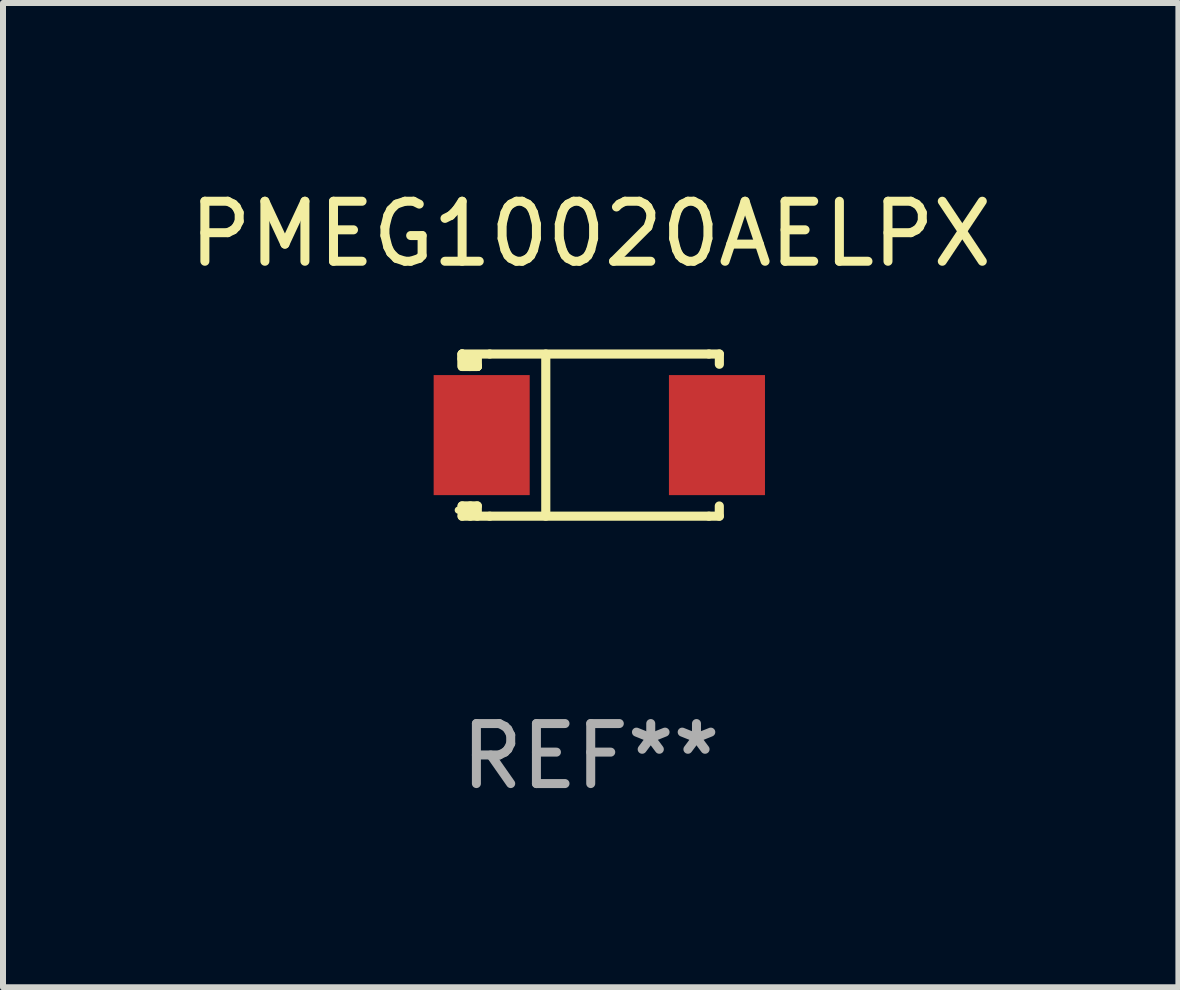
<source format=kicad_pcb>
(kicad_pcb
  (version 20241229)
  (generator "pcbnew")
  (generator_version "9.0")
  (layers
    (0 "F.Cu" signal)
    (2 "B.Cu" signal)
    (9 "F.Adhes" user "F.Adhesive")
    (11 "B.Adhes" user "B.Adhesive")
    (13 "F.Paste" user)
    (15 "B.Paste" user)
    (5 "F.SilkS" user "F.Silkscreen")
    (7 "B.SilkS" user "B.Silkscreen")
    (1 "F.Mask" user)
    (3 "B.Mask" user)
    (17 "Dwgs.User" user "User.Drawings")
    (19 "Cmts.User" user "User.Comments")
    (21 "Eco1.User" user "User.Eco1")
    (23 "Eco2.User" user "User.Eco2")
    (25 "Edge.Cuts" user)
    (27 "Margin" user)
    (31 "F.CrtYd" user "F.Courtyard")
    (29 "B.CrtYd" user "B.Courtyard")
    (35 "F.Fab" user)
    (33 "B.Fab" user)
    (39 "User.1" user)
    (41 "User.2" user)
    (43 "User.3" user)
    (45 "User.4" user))
  (footprint "PMEG10020AELPX"
    (layer "F.Cu")
    (at 6.792 4.199)
    (property "Reference" "PMEG10020AELPX" (at 0 -3.351 0) (layer "F.SilkS") (effects (font (size 1 1) (thickness 0.15))))
    (attr through_hole)
    (fp_line (start -2.143 -1.351) (end -2.143 -1.27) (stroke (width 0.152) (type solid)) (layer "F.SilkS"))
    (fp_line (start -2.143 -1.351) (end -2.143 -1.143) (stroke (width 0.152) (type solid)) (layer "F.SilkS"))
    (fp_line (start -2.143 -1.27) (end -2.016 -1.27) (stroke (width 0.152) (type solid)) (layer "F.SilkS"))
    (fp_line (start -2.143 -1.18) (end -2.143 -1.351) (stroke (width 0.152) (type solid)) (layer "F.SilkS"))
    (fp_line (start -2.143 -1.143) (end -2.016 -1.143) (stroke (width 0.152) (type solid)) (layer "F.SilkS"))
    (fp_line (start -2.143 1.351) (end -2.143 1.18) (stroke (width 0.152) (type solid)) (layer "F.SilkS"))
    (fp_line (start -2.016 -1.27) (end -2.016 -1.18) (stroke (width 0.152) (type solid)) (layer "F.SilkS"))
    (fp_line (start -2.016 -1.18) (end -1.897 -1.18) (stroke (width 0.152) (type solid)) (layer "F.SilkS"))
    (fp_line (start -2.016 -1.143) (end -2.016 -1.18) (stroke (width 0.152) (type solid)) (layer "F.SilkS"))
    (fp_line (start -2.016 -1.143) (end -2.007 -1.143) (stroke (width 0.152) (type solid)) (layer "F.SilkS"))
    (fp_line (start -2.007 -1.143) (end -2.007 -1.143) (stroke (width 0.152) (type solid)) (layer "F.SilkS"))
    (fp_line (start -2.007 1.18) (end -2.007 1.351) (stroke (width 0.152) (type solid)) (layer "F.SilkS"))
    (fp_line (start -1.89 -1.143) (end -1.89 -1.143) (stroke (width 0.152) (type solid)) (layer "F.SilkS"))
    (fp_line (start -1.89 1.18) (end -2.143 1.18) (stroke (width 0.152) (type solid)) (layer "F.SilkS"))
    (fp_line (start -1.89 1.18) (end -1.89 1.351) (stroke (width 0.152) (type solid)) (layer "F.SilkS"))
    (fp_line (start -1.889 -1.143) (end -2.016 -1.143) (stroke (width 0.152) (type solid)) (layer "F.SilkS"))
    (fp_line (start -1.889 -1.143) (end -1.89 -1.143) (stroke (width 0.152) (type solid)) (layer "F.SilkS"))
    (fp_line (start -1.889 -1.143) (end -1.889 -1.314) (stroke (width 0.152) (type solid)) (layer "F.SilkS"))
    (fp_line (start -1.683 -1.351) (end -2.143 -1.351) (stroke (width 0.152) (type solid)) (layer "F.SilkS"))
    (fp_line (start -1.683 -1.351) (end 1.969 -1.351) (stroke (width 0.152) (type solid)) (layer "F.SilkS"))
    (fp_line (start -1.683 1.351) (end -2.143 1.351) (stroke (width 0.152) (type solid)) (layer "F.SilkS"))
    (fp_line (start -1.683 1.351) (end 1.969 1.351) (stroke (width 0.152) (type solid)) (layer "F.SilkS"))
    (fp_line (start -0.749 -1.351) (end -0.749 1.351) (stroke (width 0.152) (type solid)) (layer "F.SilkS"))
    (fp_line (start 1.969 -1.351) (end 2.143 -1.351) (stroke (width 0.152) (type solid)) (layer "F.SilkS"))
    (fp_line (start 2.142 1.181) (end 2.142 1.351) (stroke (width 0.152) (type solid)) (layer "F.SilkS"))
    (fp_line (start 2.142 1.351) (end 1.969 1.351) (stroke (width 0.152) (type solid)) (layer "F.SilkS"))
    (fp_line (start 2.143 -1.351) (end 2.143 -1.18) (stroke (width 0.152) (type solid)) (layer "F.SilkS"))
    (fp_circle (center -2.207 1.25) (end -2.177 1.25) (stroke (width 0.06) (type solid)) (fill no) (layer "F.SilkS"))
    (fp_text user "REF**" (at 0 5.351 0) (layer "F.Fab") (effects (font (size 1 1) (thickness 0.15))))
    (pad "1" smd rect (at -1.817 0.000102) (size 1.6 2) (layers "F.Cu" "F.Mask" "F.Paste"))
    (pad "2" smd rect (at 2.103 0.000102) (size 1.6 2) (layers "F.Cu" "F.Mask" "F.Paste")))
  (gr_rect
    (start -3 -3)
    (end 16.583 13.399)
    (stroke (width 0.1) (type default))
    (fill no)
    (layer "Edge.Cuts")))
</source>
